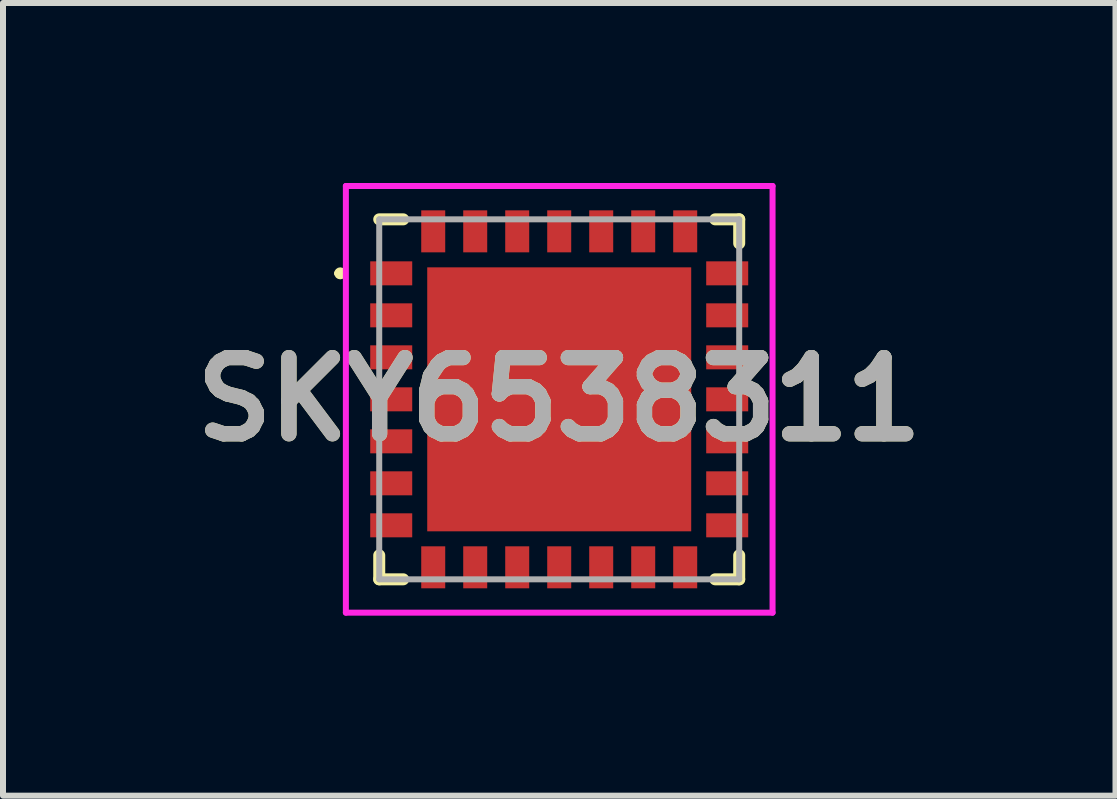
<source format=kicad_pcb>
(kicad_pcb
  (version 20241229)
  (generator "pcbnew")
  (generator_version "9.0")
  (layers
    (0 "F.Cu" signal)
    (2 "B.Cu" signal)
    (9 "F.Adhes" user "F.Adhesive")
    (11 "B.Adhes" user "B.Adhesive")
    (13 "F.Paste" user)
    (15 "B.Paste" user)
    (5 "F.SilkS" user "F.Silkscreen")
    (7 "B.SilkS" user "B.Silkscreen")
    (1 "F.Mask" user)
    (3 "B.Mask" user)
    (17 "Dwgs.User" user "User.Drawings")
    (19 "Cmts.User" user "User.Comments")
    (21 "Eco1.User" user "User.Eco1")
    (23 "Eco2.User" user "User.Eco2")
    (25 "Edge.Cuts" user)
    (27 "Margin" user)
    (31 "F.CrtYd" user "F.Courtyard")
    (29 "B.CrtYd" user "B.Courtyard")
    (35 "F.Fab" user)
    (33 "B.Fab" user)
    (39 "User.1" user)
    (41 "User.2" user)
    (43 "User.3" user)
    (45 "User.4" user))
  (footprint "SKY6538311"
    (layer "F.Cu")
    (at 6.271 3.606)
    (property "Reference" "SKY6538311" (at 0 0 0) (layer "F.SilkS") (effects (font (size 1.27 1.27) (thickness 0.254))))
    (attr smd)
    (fp_line (start -3.7 -2.1) (end -3.7 -2.1) (stroke (width 0.1) (type solid)) (layer "F.SilkS"))
    (fp_line (start -3.6 -2.1) (end -3.6 -2.1) (stroke (width 0.1) (type solid)) (layer "F.SilkS"))
    (fp_line (start -3 -3) (end -2.6 -3) (stroke (width 0.2) (type solid)) (layer "F.SilkS"))
    (fp_line (start -3 2.6) (end -3 3) (stroke (width 0.2) (type solid)) (layer "F.SilkS"))
    (fp_line (start -3 3) (end -2.6 3) (stroke (width 0.2) (type solid)) (layer "F.SilkS"))
    (fp_line (start 2.6 -3) (end 3 -3) (stroke (width 0.2) (type solid)) (layer "F.SilkS"))
    (fp_line (start 2.6 3) (end 3 3) (stroke (width 0.2) (type solid)) (layer "F.SilkS"))
    (fp_line (start 3 -3) (end 3 -2.6) (stroke (width 0.2) (type solid)) (layer "F.SilkS"))
    (fp_line (start 3 3) (end 3 2.6) (stroke (width 0.2) (type solid)) (layer "F.SilkS"))
    (fp_arc (start -3.7 -2.1) (mid -3.65 -2.15) (end -3.6 -2.1) (stroke (width 0.1) (type solid)) (layer "F.SilkS"))
    (fp_arc (start -3.6 -2.1) (mid -3.65 -2.05) (end -3.7 -2.1) (stroke (width 0.1) (type solid)) (layer "F.SilkS"))
    (fp_line (start -3.556 -3.556) (end 3.556 -3.556) (stroke (width 0.1) (type solid)) (layer "F.CrtYd"))
    (fp_line (start -3.556 3.556) (end -3.556 -3.556) (stroke (width 0.1) (type solid)) (layer "F.CrtYd"))
    (fp_line (start 3.556 -3.556) (end 3.556 3.556) (stroke (width 0.1) (type solid)) (layer "F.CrtYd"))
    (fp_line (start 3.556 3.556) (end -3.556 3.556) (stroke (width 0.1) (type solid)) (layer "F.CrtYd"))
    (fp_line (start -3 -3) (end -3 3) (stroke (width 0.1) (type solid)) (layer "F.Fab"))
    (fp_line (start -3 3) (end 3 3) (stroke (width 0.1) (type solid)) (layer "F.Fab"))
    (fp_line (start 3 -3) (end -3 -3) (stroke (width 0.1) (type solid)) (layer "F.Fab"))
    (fp_line (start 3 3) (end 3 -3) (stroke (width 0.1) (type solid)) (layer "F.Fab"))
    (fp_text user "${REFERENCE}" (at 0 0 0) (layer "F.Fab") (effects (font (size 1.27 1.27) (thickness 0.254))))
    (pad "1" smd rect (at -2.8 -2.1 90) (size 0.4 0.7) (layers "F.Cu" "F.Mask" "F.Paste"))
    (pad "2" smd rect (at -2.8 -1.4 90) (size 0.4 0.7) (layers "F.Cu" "F.Mask" "F.Paste"))
    (pad "3" smd rect (at -2.8 -0.7 90) (size 0.4 0.7) (layers "F.Cu" "F.Mask" "F.Paste"))
    (pad "4" smd rect (at -2.8 0 90) (size 0.4 0.7) (layers "F.Cu" "F.Mask" "F.Paste"))
    (pad "5" smd rect (at -2.8 0.7 90) (size 0.4 0.7) (layers "F.Cu" "F.Mask" "F.Paste"))
    (pad "6" smd rect (at -2.8 1.4 90) (size 0.4 0.7) (layers "F.Cu" "F.Mask" "F.Paste"))
    (pad "7" smd rect (at -2.8 2.1 90) (size 0.4 0.7) (layers "F.Cu" "F.Mask" "F.Paste"))
    (pad "8" smd rect (at -2.1 2.8) (size 0.4 0.7) (layers "F.Cu" "F.Mask" "F.Paste"))
    (pad "9" smd rect (at -1.4 2.8) (size 0.4 0.7) (layers "F.Cu" "F.Mask" "F.Paste"))
    (pad "10" smd rect (at -0.7 2.8) (size 0.4 0.7) (layers "F.Cu" "F.Mask" "F.Paste"))
    (pad "11" smd rect (at 0 2.8) (size 0.4 0.7) (layers "F.Cu" "F.Mask" "F.Paste"))
    (pad "12" smd rect (at 0.7 2.8) (size 0.4 0.7) (layers "F.Cu" "F.Mask" "F.Paste"))
    (pad "13" smd rect (at 1.4 2.8) (size 0.4 0.7) (layers "F.Cu" "F.Mask" "F.Paste"))
    (pad "14" smd rect (at 2.1 2.8) (size 0.4 0.7) (layers "F.Cu" "F.Mask" "F.Paste"))
    (pad "15" smd rect (at 2.8 2.1 90) (size 0.4 0.7) (layers "F.Cu" "F.Mask" "F.Paste"))
    (pad "16" smd rect (at 2.8 1.4 90) (size 0.4 0.7) (layers "F.Cu" "F.Mask" "F.Paste"))
    (pad "17" smd rect (at 2.8 0.7 90) (size 0.4 0.7) (layers "F.Cu" "F.Mask" "F.Paste"))
    (pad "18" smd rect (at 2.8 0 90) (size 0.4 0.7) (layers "F.Cu" "F.Mask" "F.Paste"))
    (pad "19" smd rect (at 2.8 -0.7 90) (size 0.4 0.7) (layers "F.Cu" "F.Mask" "F.Paste"))
    (pad "20" smd rect (at 2.8 -1.4 90) (size 0.4 0.7) (layers "F.Cu" "F.Mask" "F.Paste"))
    (pad "21" smd rect (at 2.8 -2.1 90) (size 0.4 0.7) (layers "F.Cu" "F.Mask" "F.Paste"))
    (pad "22" smd rect (at 2.1 -2.8) (size 0.4 0.7) (layers "F.Cu" "F.Mask" "F.Paste"))
    (pad "23" smd rect (at 1.4 -2.8) (size 0.4 0.7) (layers "F.Cu" "F.Mask" "F.Paste"))
    (pad "24" smd rect (at 0.7 -2.8) (size 0.4 0.7) (layers "F.Cu" "F.Mask" "F.Paste"))
    (pad "25" smd rect (at 0 -2.8) (size 0.4 0.7) (layers "F.Cu" "F.Mask" "F.Paste"))
    (pad "26" smd rect (at -0.7 -2.8) (size 0.4 0.7) (layers "F.Cu" "F.Mask" "F.Paste"))
    (pad "27" smd rect (at -1.4 -2.8) (size 0.4 0.7) (layers "F.Cu" "F.Mask" "F.Paste"))
    (pad "28" smd rect (at -2.1 -2.8) (size 0.4 0.7) (layers "F.Cu" "F.Mask" "F.Paste"))
    (pad "29" smd rect (at 0 0 90) (size 4.4 4.4) (layers "F.Cu" "F.Mask" "F.Paste")))
  (gr_rect
    (start -3 -3)
    (end 15.543 10.212)
    (stroke (width 0.1) (type default))
    (fill no)
    (layer "Edge.Cuts")))
</source>
